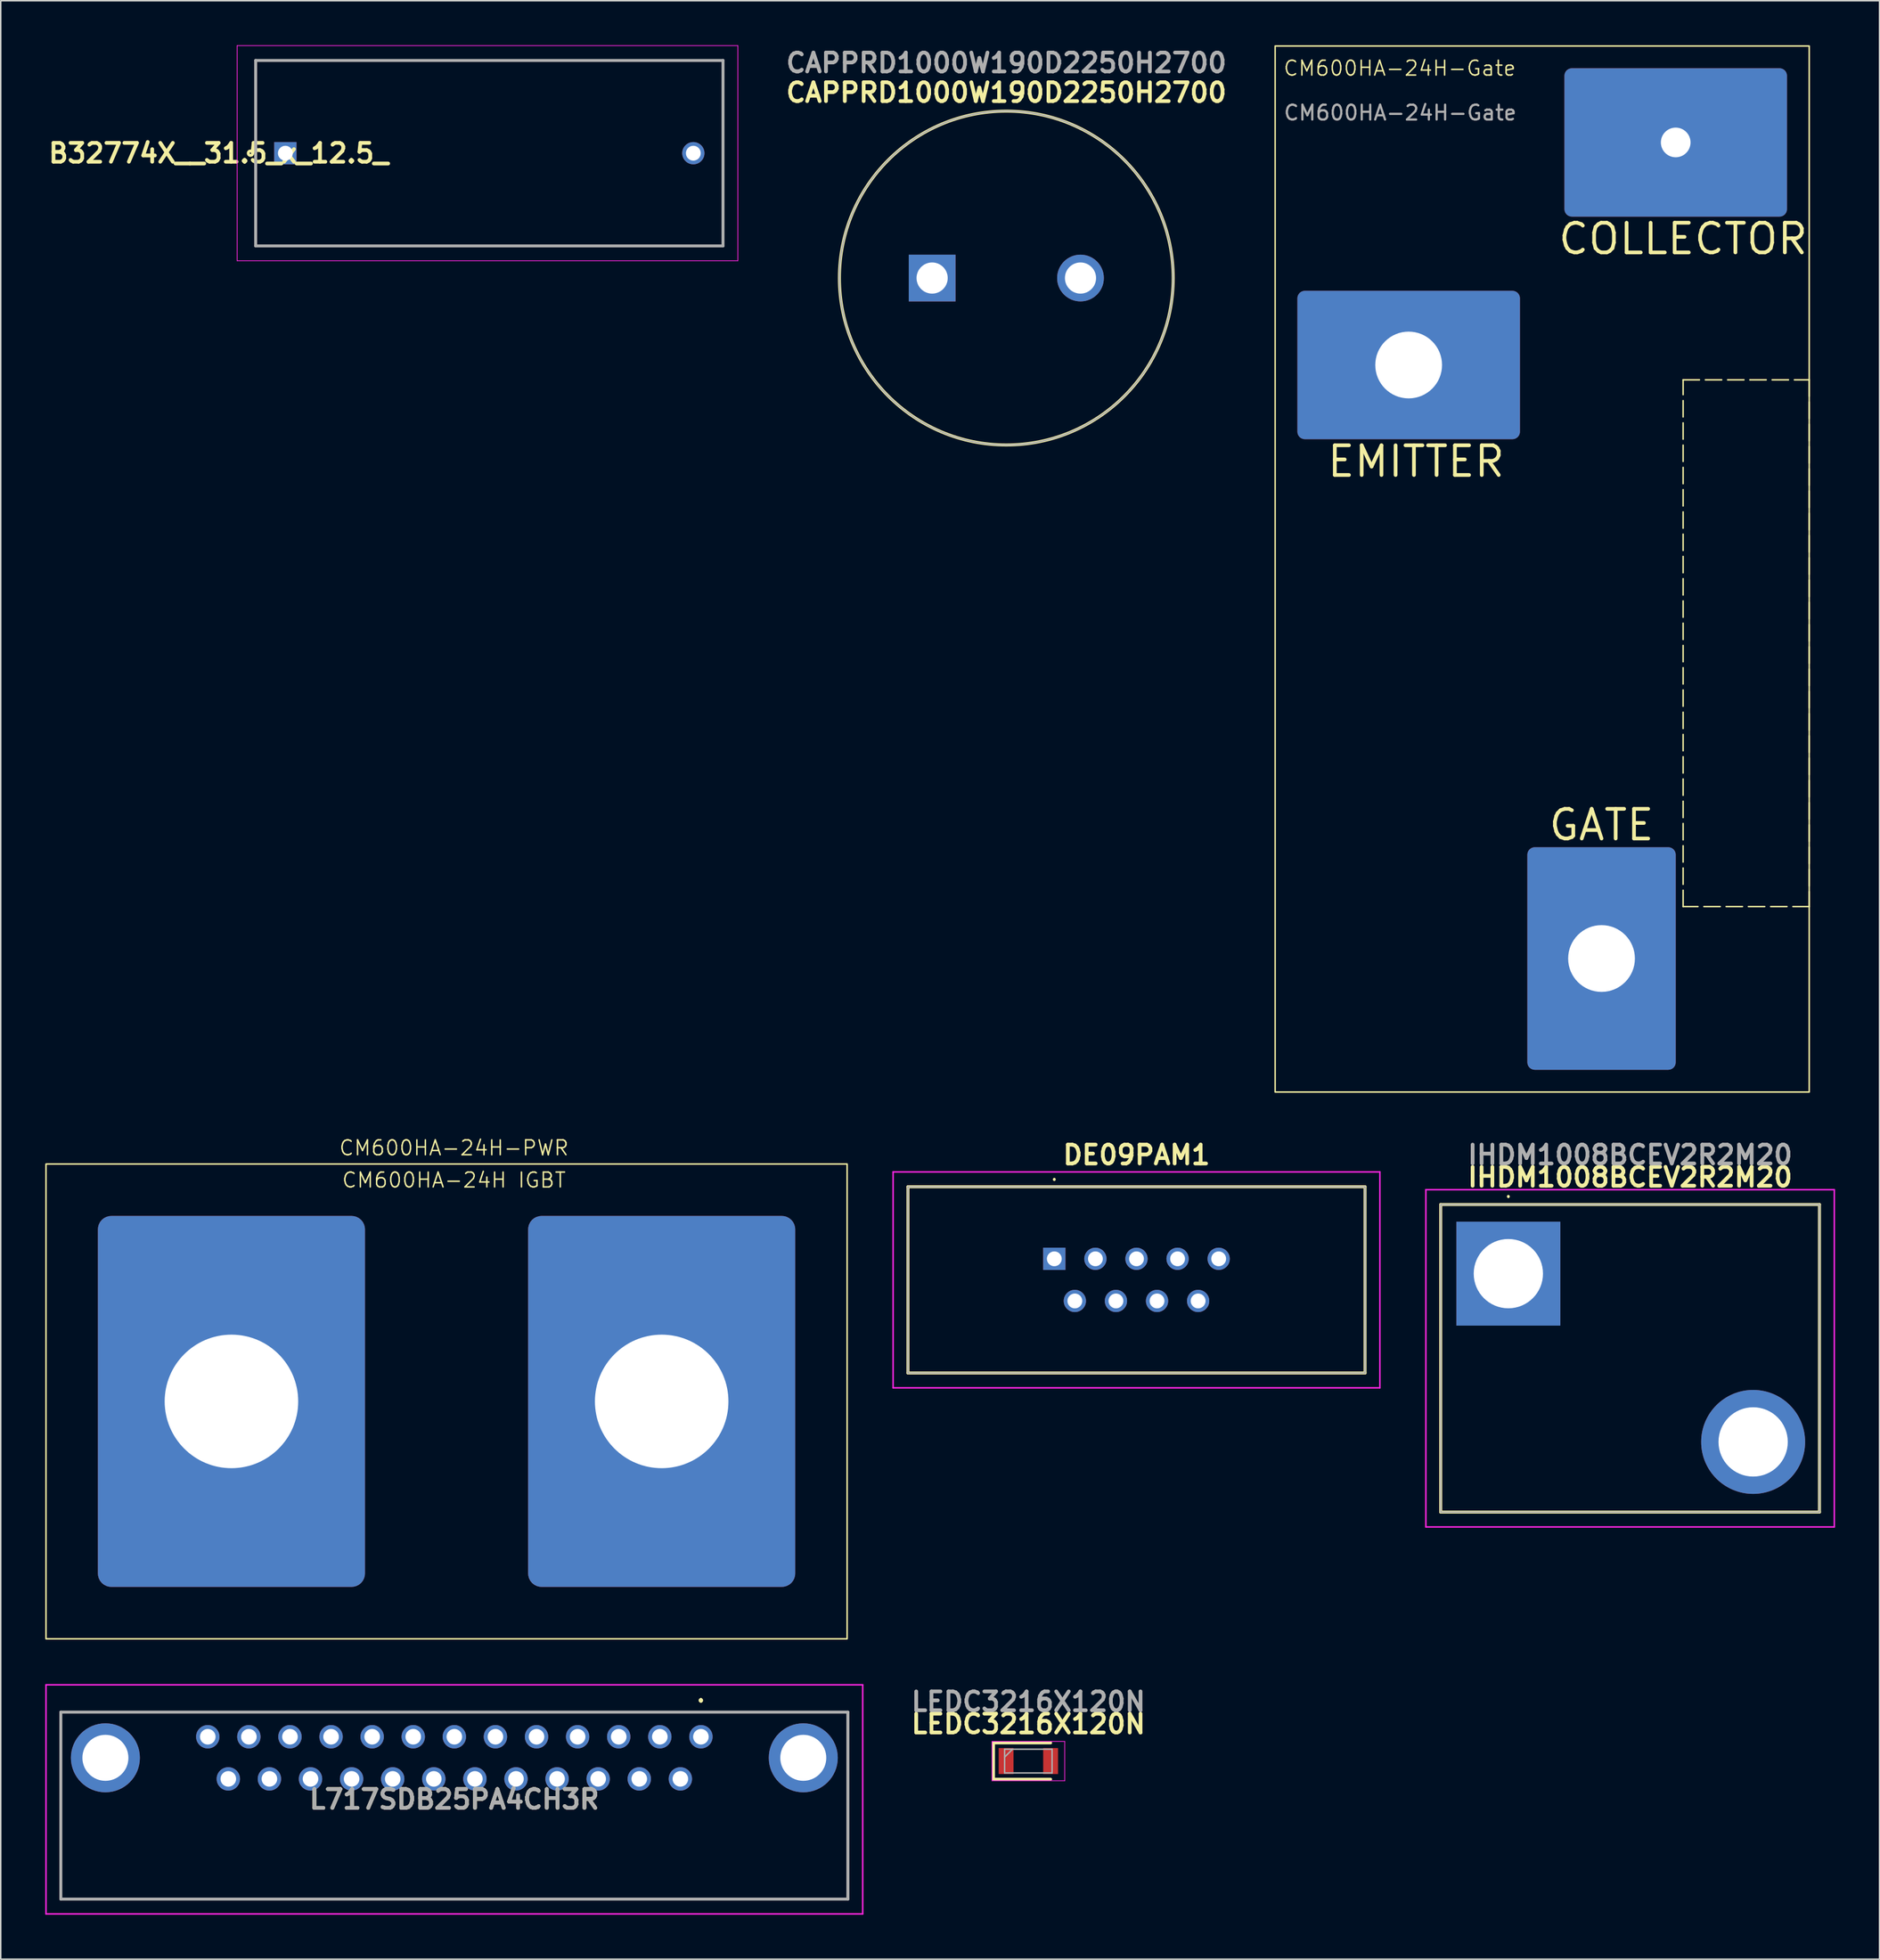
<source format=kicad_pcb>
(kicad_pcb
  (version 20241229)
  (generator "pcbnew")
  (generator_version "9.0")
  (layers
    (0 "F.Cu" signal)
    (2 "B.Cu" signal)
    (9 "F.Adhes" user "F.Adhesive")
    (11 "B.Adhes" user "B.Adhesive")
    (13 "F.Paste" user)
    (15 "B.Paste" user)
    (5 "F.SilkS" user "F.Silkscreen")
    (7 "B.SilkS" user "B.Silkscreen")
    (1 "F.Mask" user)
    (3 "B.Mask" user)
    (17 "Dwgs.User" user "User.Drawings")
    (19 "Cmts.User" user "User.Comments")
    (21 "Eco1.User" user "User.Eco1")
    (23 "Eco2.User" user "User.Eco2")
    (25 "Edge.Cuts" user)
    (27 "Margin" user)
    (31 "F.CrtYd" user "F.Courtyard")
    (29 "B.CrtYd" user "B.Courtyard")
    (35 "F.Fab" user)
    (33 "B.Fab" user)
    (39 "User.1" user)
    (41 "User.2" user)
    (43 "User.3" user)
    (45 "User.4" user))
  (footprint "B32774X__31.5_x_12.5_"
    (layer "F.Cu")
    (at 16.184 7.275)
    (property "Reference" "B32774X__31.5_x_12.5_" (at -4.5 0 0) (layer "F.SilkS") (effects (font (size 1.27 1.27) (thickness 0.254))))
    (attr through_hole)
    (fp_line (start -2 -6.25) (end 29.5 -6.25) (stroke (width 0.1) (type solid)) (layer "F.SilkS"))
    (fp_line (start -2 6.25) (end -2 -6.25) (stroke (width 0.1) (type solid)) (layer "F.SilkS"))
    (fp_line (start 29.5 -6.25) (end 29.5 6.25) (stroke (width 0.1) (type solid)) (layer "F.SilkS"))
    (fp_line (start 29.5 6.25) (end -2 6.25) (stroke (width 0.1) (type solid)) (layer "F.SilkS"))
    (fp_circle (center -2.35 0) (end -2.35 0.05) (stroke (width 0.2) (type solid)) (fill no) (layer "F.SilkS"))
    (fp_line (start -3.25 -7.25) (end 30.5 -7.25) (stroke (width 0.05) (type solid)) (layer "F.CrtYd"))
    (fp_line (start -3.25 7.25) (end -3.25 -7.25) (stroke (width 0.05) (type solid)) (layer "F.CrtYd"))
    (fp_line (start 30.5 -7.25) (end 30.5 7.25) (stroke (width 0.05) (type solid)) (layer "F.CrtYd"))
    (fp_line (start 30.5 7.25) (end -3.25 7.25) (stroke (width 0.05) (type solid)) (layer "F.CrtYd"))
    (fp_line (start -2 -6.25) (end 29.5 -6.25) (stroke (width 0.2) (type solid)) (layer "F.Fab"))
    (fp_line (start -2 6.25) (end -2 -6.25) (stroke (width 0.2) (type solid)) (layer "F.Fab"))
    (fp_line (start 29.5 -6.25) (end 29.5 6.25) (stroke (width 0.2) (type solid)) (layer "F.Fab"))
    (fp_line (start 29.5 6.25) (end -2 6.25) (stroke (width 0.2) (type solid)) (layer "F.Fab"))
    (pad "1" thru_hole rect (at 0 0) (size 1.5 1.5) (drill 1) (layers "*.Cu" "*.Mask"))
    (pad "2" thru_hole circle (at 27.5 0) (size 1.5 1.5) (drill 1) (layers "*.Cu" "*.Mask")))
  (footprint "LEDC3216X120N"
    (layer "F.Cu")
    (at 66.266 115.639)
    (property "Reference" "LEDC3216X120N" (at 0 -2.5 0) (layer "F.SilkS") (effects (font (size 1.27 1.27) (thickness 0.254))))
    (attr smd)
    (fp_line (start -2.35 -1.225) (end -2.35 1.225) (stroke (width 0.2) (type solid)) (layer "F.SilkS"))
    (fp_line (start -2.35 1.225) (end 1.5 1.225) (stroke (width 0.2) (type solid)) (layer "F.SilkS"))
    (fp_line (start 1.5 -1.225) (end -2.35 -1.225) (stroke (width 0.2) (type solid)) (layer "F.SilkS"))
    (fp_line (start -2.45 -1.325) (end 2.45 -1.325) (stroke (width 0.05) (type solid)) (layer "F.CrtYd"))
    (fp_line (start -2.45 1.325) (end -2.45 -1.325) (stroke (width 0.05) (type solid)) (layer "F.CrtYd"))
    (fp_line (start 2.45 -1.325) (end 2.45 1.325) (stroke (width 0.05) (type solid)) (layer "F.CrtYd"))
    (fp_line (start 2.45 1.325) (end -2.45 1.325) (stroke (width 0.05) (type solid)) (layer "F.CrtYd"))
    (fp_line (start -1.6 -0.8) (end 1.6 -0.8) (stroke (width 0.1) (type solid)) (layer "F.Fab"))
    (fp_line (start -1.6 -0.267) (end -1.067 -0.8) (stroke (width 0.1) (type solid)) (layer "F.Fab"))
    (fp_line (start -1.6 0.8) (end -1.6 -0.8) (stroke (width 0.1) (type solid)) (layer "F.Fab"))
    (fp_line (start 1.6 -0.8) (end 1.6 0.8) (stroke (width 0.1) (type solid)) (layer "F.Fab"))
    (fp_line (start 1.6 0.8) (end -1.6 0.8) (stroke (width 0.1) (type solid)) (layer "F.Fab"))
    (fp_text user "${REFERENCE}" (at 0 -4 0) (layer "F.Fab") (effects (font (size 1.27 1.27) (thickness 0.254))))
    (pad "1" smd rect (at -1.5 0) (size 1 1.75) (layers "F.Cu" "F.Mask" "F.Paste"))
    (pad "2" smd rect (at 1.5 0) (size 1 1.75) (layers "F.Cu" "F.Mask" "F.Paste")))
  (footprint "CM600HA-24H-PWR"
    (layer "F.Cu")
    (at 12.55 91.4)
    (property "Reference" "CM600HA-24H-PWR" (at 15 -16.5 0) (unlocked yes) (layer "F.SilkS") (effects (font (size 1 1) (thickness 0.1)) (justify bottom)))
    (attr smd)
    (fp_rect (start -12.5 -16) (end 41.5 16) (stroke (width 0.1) (type default)) (fill no) (layer "F.SilkS"))
    (fp_text user "CM600HA-24H IGBT" (at 15 -15.5 0) (unlocked yes) (layer "F.SilkS") (effects (font (size 1 1) (thickness 0.1)) (justify top)))
    (pad "1" thru_hole roundrect (at 0 0) (size 18 25) (drill 9) (layers "*.Cu" "*.Mask") (roundrect_rratio 0.05))
    (pad "2" thru_hole roundrect (at 29 0) (size 18 25) (drill 9) (layers "*.Cu" "*.Mask") (roundrect_rratio 0.05)))
  (footprint "CAPPRD1000W190D2250H2700"
    (layer "F.Cu")
    (at 59.78 15.689)
    (property "Reference" "CAPPRD1000W190D2250H2700" (at 5 -12.5 0) (layer "F.SilkS") (effects (font (size 1.27 1.27) (thickness 0.254))))
    (attr through_hole)
    (fp_circle (center 5 0) (end 5 11.25) (stroke (width 0.2) (type solid)) (fill no) (layer "F.SilkS"))
    (fp_circle (center 5 0) (end 5 11.25) (stroke (width 0.1) (type solid)) (fill no) (layer "F.Fab"))
    (fp_text user "${REFERENCE}" (at 5 -14.5 0) (layer "F.Fab") (effects (font (size 1.27 1.27) (thickness 0.254))))
    (pad "1" thru_hole rect (at 0 0) (size 3.15 3.15) (drill 2.1) (layers "*.Cu" "*.Mask"))
    (pad "2" thru_hole circle (at 10 0) (size 3.15 3.15) (drill 2.1) (layers "*.Cu" "*.Mask")))
  (footprint "DE09PAM1"
    (layer "F.Cu")
    (at 68.015 81.789)
    (property "Reference" "DE09PAM1" (at 5.54 -7 0) (layer "F.SilkS") (effects (font (size 1.27 1.27) (thickness 0.254))))
    (attr through_hole)
    (fp_line (start -9.865 -4.855) (end 20.945 -4.855) (stroke (width 0.2) (type solid)) (layer "F.SilkS"))
    (fp_line (start -9.865 7.695) (end -9.865 -4.855) (stroke (width 0.2) (type solid)) (layer "F.SilkS"))
    (fp_line (start 0 -5.4) (end 0 -5.4) (stroke (width 0.1) (type solid)) (layer "F.SilkS"))
    (fp_line (start 0 -5.3) (end 0 -5.3) (stroke (width 0.1) (type solid)) (layer "F.SilkS"))
    (fp_line (start 20.945 -4.855) (end 20.945 7.695) (stroke (width 0.2) (type solid)) (layer "F.SilkS"))
    (fp_line (start 20.945 7.695) (end -9.865 7.695) (stroke (width 0.2) (type solid)) (layer "F.SilkS"))
    (fp_arc (start 0 -5.4) (mid 0.05 -5.35) (end 0 -5.3) (stroke (width 0.1) (type solid)) (layer "F.SilkS"))
    (fp_arc (start 0 -5.3) (mid -0.05 -5.35) (end 0 -5.4) (stroke (width 0.1) (type solid)) (layer "F.SilkS"))
    (fp_line (start -10.865 -5.855) (end 21.945 -5.855) (stroke (width 0.1) (type solid)) (layer "F.CrtYd"))
    (fp_line (start -10.865 8.695) (end -10.865 -5.855) (stroke (width 0.1) (type solid)) (layer "F.CrtYd"))
    (fp_line (start 21.945 -5.855) (end 21.945 8.695) (stroke (width 0.1) (type solid)) (layer "F.CrtYd"))
    (fp_line (start 21.945 8.695) (end -10.865 8.695) (stroke (width 0.1) (type solid)) (layer "F.CrtYd"))
    (fp_line (start -9.865 -4.855) (end 20.945 -4.855) (stroke (width 0.1) (type solid)) (layer "F.Fab"))
    (fp_line (start -9.865 7.695) (end -9.865 -4.855) (stroke (width 0.1) (type solid)) (layer "F.Fab"))
    (fp_line (start 20.945 -4.855) (end 20.945 7.695) (stroke (width 0.1) (type solid)) (layer "F.Fab"))
    (fp_line (start 20.945 7.695) (end -9.865 7.695) (stroke (width 0.1) (type solid)) (layer "F.Fab"))
    (pad "1" thru_hole rect (at 0 0) (size 1.5 1.5) (drill 1) (layers "*.Cu" "*.Mask"))
    (pad "2" thru_hole circle (at 2.77 0) (size 1.5 1.5) (drill 1) (layers "*.Cu" "*.Mask"))
    (pad "3" thru_hole circle (at 5.54 0) (size 1.5 1.5) (drill 1) (layers "*.Cu" "*.Mask"))
    (pad "4" thru_hole circle (at 8.31 0) (size 1.5 1.5) (drill 1) (layers "*.Cu" "*.Mask"))
    (pad "5" thru_hole circle (at 11.08 0) (size 1.5 1.5) (drill 1) (layers "*.Cu" "*.Mask"))
    (pad "6" thru_hole circle (at 1.385 2.84) (size 1.5 1.5) (drill 1) (layers "*.Cu" "*.Mask"))
    (pad "7" thru_hole circle (at 4.155 2.84) (size 1.5 1.5) (drill 1) (layers "*.Cu" "*.Mask"))
    (pad "8" thru_hole circle (at 6.925 2.84) (size 1.5 1.5) (drill 1) (layers "*.Cu" "*.Mask"))
    (pad "9" thru_hole circle (at 9.695 2.84) (size 1.5 1.5) (drill 1) (layers "*.Cu" "*.Mask")))
  (footprint "L717SDB25PA4CH3R"
    (layer "F.Cu")
    (at 44.195 114)
    (property "Reference" "L717SDB25PA4CH3R" (at -16.62 4.22 0) (layer "F.SilkS") (effects (font (size 1.27 1.27) (thickness 0.254))))
    (attr through_hole)
    (fp_line (start -43.145 -1.66) (end 9.905 -1.66) (stroke (width 0.1) (type solid)) (layer "F.SilkS"))
    (fp_line (start -43.145 10.94) (end -43.145 -1.66) (stroke (width 0.1) (type solid)) (layer "F.SilkS"))
    (fp_line (start 0 -2.5) (end 0 -2.5) (stroke (width 0.2) (type solid)) (layer "F.SilkS"))
    (fp_line (start 0 -2.5) (end 0 -2.5) (stroke (width 0.2) (type solid)) (layer "F.SilkS"))
    (fp_line (start 0 -2.4) (end 0 -2.4) (stroke (width 0.2) (type solid)) (layer "F.SilkS"))
    (fp_line (start 9.905 -1.66) (end 9.905 10.94) (stroke (width 0.1) (type solid)) (layer "F.SilkS"))
    (fp_line (start 9.905 10.94) (end -43.145 10.94) (stroke (width 0.1) (type solid)) (layer "F.SilkS"))
    (fp_arc (start 0 -2.5) (mid 0.05 -2.45) (end 0 -2.4) (stroke (width 0.2) (type solid)) (layer "F.SilkS"))
    (fp_arc (start 0 -2.4) (mid -0.05 -2.45) (end 0 -2.5) (stroke (width 0.2) (type solid)) (layer "F.SilkS"))
    (fp_arc (start 0 -2.4) (mid -0.05 -2.45) (end 0 -2.5) (stroke (width 0.2) (type solid)) (layer "F.SilkS"))
    (fp_line (start -44.145 -3.5) (end 10.905 -3.5) (stroke (width 0.1) (type solid)) (layer "F.CrtYd"))
    (fp_line (start -44.145 11.94) (end -44.145 -3.5) (stroke (width 0.1) (type solid)) (layer "F.CrtYd"))
    (fp_line (start 10.905 -3.5) (end 10.905 11.94) (stroke (width 0.1) (type solid)) (layer "F.CrtYd"))
    (fp_line (start 10.905 11.94) (end -44.145 11.94) (stroke (width 0.1) (type solid)) (layer "F.CrtYd"))
    (fp_line (start -43.145 -1.66) (end 9.905 -1.66) (stroke (width 0.2) (type solid)) (layer "F.Fab"))
    (fp_line (start -43.145 10.94) (end -43.145 -1.66) (stroke (width 0.2) (type solid)) (layer "F.Fab"))
    (fp_line (start 9.905 -1.66) (end 9.905 10.94) (stroke (width 0.2) (type solid)) (layer "F.Fab"))
    (fp_line (start 9.905 10.94) (end -43.145 10.94) (stroke (width 0.2) (type solid)) (layer "F.Fab"))
    (fp_text user "${REFERENCE}" (at -16.62 4.22 0) (layer "F.Fab") (effects (font (size 1.27 1.27) (thickness 0.254))))
    (pad "1" thru_hole circle (at 0 0) (size 1.575 1.575) (drill 1.05) (layers "*.Cu" "*.Mask"))
    (pad "2" thru_hole circle (at -2.77 0) (size 1.575 1.575) (drill 1.05) (layers "*.Cu" "*.Mask"))
    (pad "3" thru_hole circle (at -5.54 0) (size 1.575 1.575) (drill 1.05) (layers "*.Cu" "*.Mask"))
    (pad "4" thru_hole circle (at -8.31 0) (size 1.575 1.575) (drill 1.05) (layers "*.Cu" "*.Mask"))
    (pad "5" thru_hole circle (at -11.08 0) (size 1.575 1.575) (drill 1.05) (layers "*.Cu" "*.Mask"))
    (pad "6" thru_hole circle (at -13.85 0) (size 1.575 1.575) (drill 1.05) (layers "*.Cu" "*.Mask"))
    (pad "7" thru_hole circle (at -16.62 0) (size 1.575 1.575) (drill 1.05) (layers "*.Cu" "*.Mask"))
    (pad "8" thru_hole circle (at -19.39 0) (size 1.575 1.575) (drill 1.05) (layers "*.Cu" "*.Mask"))
    (pad "9" thru_hole circle (at -22.16 0) (size 1.575 1.575) (drill 1.05) (layers "*.Cu" "*.Mask"))
    (pad "10" thru_hole circle (at -24.93 0) (size 1.575 1.575) (drill 1.05) (layers "*.Cu" "*.Mask"))
    (pad "11" thru_hole circle (at -27.7 0) (size 1.575 1.575) (drill 1.05) (layers "*.Cu" "*.Mask"))
    (pad "12" thru_hole circle (at -30.47 0) (size 1.575 1.575) (drill 1.05) (layers "*.Cu" "*.Mask"))
    (pad "13" thru_hole circle (at -33.24 0) (size 1.575 1.575) (drill 1.05) (layers "*.Cu" "*.Mask"))
    (pad "14" thru_hole circle (at -31.855 2.84) (size 1.575 1.575) (drill 1.05) (layers "*.Cu" "*.Mask"))
    (pad "15" thru_hole circle (at -29.085 2.84) (size 1.575 1.575) (drill 1.05) (layers "*.Cu" "*.Mask"))
    (pad "16" thru_hole circle (at -26.315 2.84) (size 1.575 1.575) (drill 1.05) (layers "*.Cu" "*.Mask"))
    (pad "17" thru_hole circle (at -23.545 2.84) (size 1.575 1.575) (drill 1.05) (layers "*.Cu" "*.Mask"))
    (pad "18" thru_hole circle (at -20.775 2.84) (size 1.575 1.575) (drill 1.05) (layers "*.Cu" "*.Mask"))
    (pad "19" thru_hole circle (at -18.005 2.84) (size 1.575 1.575) (drill 1.05) (layers "*.Cu" "*.Mask"))
    (pad "20" thru_hole circle (at -15.235 2.84) (size 1.575 1.575) (drill 1.05) (layers "*.Cu" "*.Mask"))
    (pad "21" thru_hole circle (at -12.465 2.84) (size 1.575 1.575) (drill 1.05) (layers "*.Cu" "*.Mask"))
    (pad "22" thru_hole circle (at -9.695 2.84) (size 1.575 1.575) (drill 1.05) (layers "*.Cu" "*.Mask"))
    (pad "23" thru_hole circle (at -6.925 2.84) (size 1.575 1.575) (drill 1.05) (layers "*.Cu" "*.Mask"))
    (pad "24" thru_hole circle (at -4.155 2.84) (size 1.575 1.575) (drill 1.05) (layers "*.Cu" "*.Mask"))
    (pad "25" thru_hole circle (at -1.385 2.84) (size 1.575 1.575) (drill 1.05) (layers "*.Cu" "*.Mask"))
    (pad "MH1" thru_hole circle (at 6.9 1.42) (size 4.65 4.65) (drill 3.1) (layers "*.Cu" "*.Mask"))
    (pad "MH2" thru_hole circle (at -40.14 1.42) (size 4.65 4.65) (drill 3.1) (layers "*.Cu" "*.Mask")))
  (footprint "CM600HA-24H-Gate"
    (layer "F.Cu")
    (at 104.9 61.55)
    (property "Reference" "CM600HA-24H-Gate" (at -21.5 -60 0) (unlocked yes) (layer "F.SilkS") (effects (font (size 1 1) (thickness 0.1)) (justify left)))
    (attr smd)
    (fp_rect (start -22 -61.5) (end 14 9) (stroke (width 0.1) (type default)) (fill no) (layer "F.SilkS"))
    (fp_rect (start 5.5 -39) (end 14 -3.5) (stroke (width 0.1) (type dash)) (fill no) (layer "F.SilkS"))
    (fp_text user "EMITTER" (at -12.5 -33.5 0) (unlocked yes) (layer "F.SilkS") (effects (font (size 2 2) (thickness 0.25))))
    (fp_text user "COLLECTOR" (at 5.5 -48.5 0) (unlocked yes) (layer "F.SilkS") (effects (font (size 2 2) (thickness 0.25))))
    (fp_text user "GATE" (at 0 -9 0) (unlocked yes) (layer "F.SilkS") (effects (font (size 2 2) (thickness 0.25))))
    (fp_text user "${REFERENCE}" (at -21.5 -57 0) (unlocked yes) (layer "F.Fab") (effects (font (size 1 1) (thickness 0.15)) (justify left)))
    (pad "1" thru_hole roundrect (at 5 -55 90) (size 10 15) (drill 2) (layers "*.Cu" "*.Mask") (roundrect_rratio 0.05))
    (pad "2" thru_hole roundrect (at -13 -40 90) (size 10 15) (drill 4.5) (layers "*.Cu" "*.Mask") (roundrect_rratio 0.05))
    (pad "3" thru_hole roundrect (at 0 0) (size 10 15) (drill 4.5) (layers "*.Cu" "*.Mask") (roundrect_rratio 0.05)))
  (footprint "IHDM1008BCEV2R2M20"
    (layer "F.Cu")
    (at 98.62 82.789)
    (property "Reference" "IHDM1008BCEV2R2M20" (at 8.205 -6.5 0) (layer "F.SilkS") (effects (font (size 1.27 1.27) (thickness 0.254))))
    (attr through_hole)
    (fp_line (start -4.56 -4.66) (end -4.56 16.07) (stroke (width 0.2) (type solid)) (layer "F.SilkS"))
    (fp_line (start -4.56 16.07) (end 20.97 16.07) (stroke (width 0.2) (type solid)) (layer "F.SilkS"))
    (fp_line (start 0 -5.25) (end 0 -5.25) (stroke (width 0.1) (type solid)) (layer "F.SilkS"))
    (fp_line (start 0 -5.15) (end 0 -5.15) (stroke (width 0.1) (type solid)) (layer "F.SilkS"))
    (fp_line (start 20.97 -4.66) (end -4.56 -4.66) (stroke (width 0.2) (type solid)) (layer "F.SilkS"))
    (fp_line (start 20.97 16.07) (end 20.97 -4.66) (stroke (width 0.2) (type solid)) (layer "F.SilkS"))
    (fp_arc (start 0 -5.25) (mid 0.05 -5.2) (end 0 -5.15) (stroke (width 0.1) (type solid)) (layer "F.SilkS"))
    (fp_arc (start 0 -5.15) (mid -0.05 -5.2) (end 0 -5.25) (stroke (width 0.1) (type solid)) (layer "F.SilkS"))
    (fp_line (start -5.56 -5.66) (end -5.56 17.07) (stroke (width 0.1) (type solid)) (layer "F.CrtYd"))
    (fp_line (start -5.56 17.07) (end 21.97 17.07) (stroke (width 0.1) (type solid)) (layer "F.CrtYd"))
    (fp_line (start 21.97 -5.66) (end -5.56 -5.66) (stroke (width 0.1) (type solid)) (layer "F.CrtYd"))
    (fp_line (start 21.97 17.07) (end 21.97 -5.66) (stroke (width 0.1) (type solid)) (layer "F.CrtYd"))
    (fp_line (start -4.56 -4.66) (end -4.56 16.07) (stroke (width 0.1) (type solid)) (layer "F.Fab"))
    (fp_line (start -4.56 16.07) (end 20.97 16.07) (stroke (width 0.1) (type solid)) (layer "F.Fab"))
    (fp_line (start 20.97 -4.66) (end -4.56 -4.66) (stroke (width 0.1) (type solid)) (layer "F.Fab"))
    (fp_line (start 20.97 16.07) (end 20.97 -4.66) (stroke (width 0.1) (type solid)) (layer "F.Fab"))
    (fp_text user "${REFERENCE}" (at 8.205 -8 0) (layer "F.Fab") (effects (font (size 1.27 1.27) (thickness 0.254))))
    (pad "1" thru_hole rect (at 0 0) (size 7.005 7.005) (drill 4.67) (layers "*.Cu" "*.Mask"))
    (pad "2" thru_hole circle (at 16.5 11.34) (size 7.005 7.005) (drill 4.67) (layers "*.Cu" "*.Mask")))
  (gr_rect
    (start -3 -3)
    (end 123.64 128.99)
    (stroke (width 0.1) (type default))
    (fill no)
    (layer "Edge.Cuts")))
</source>
